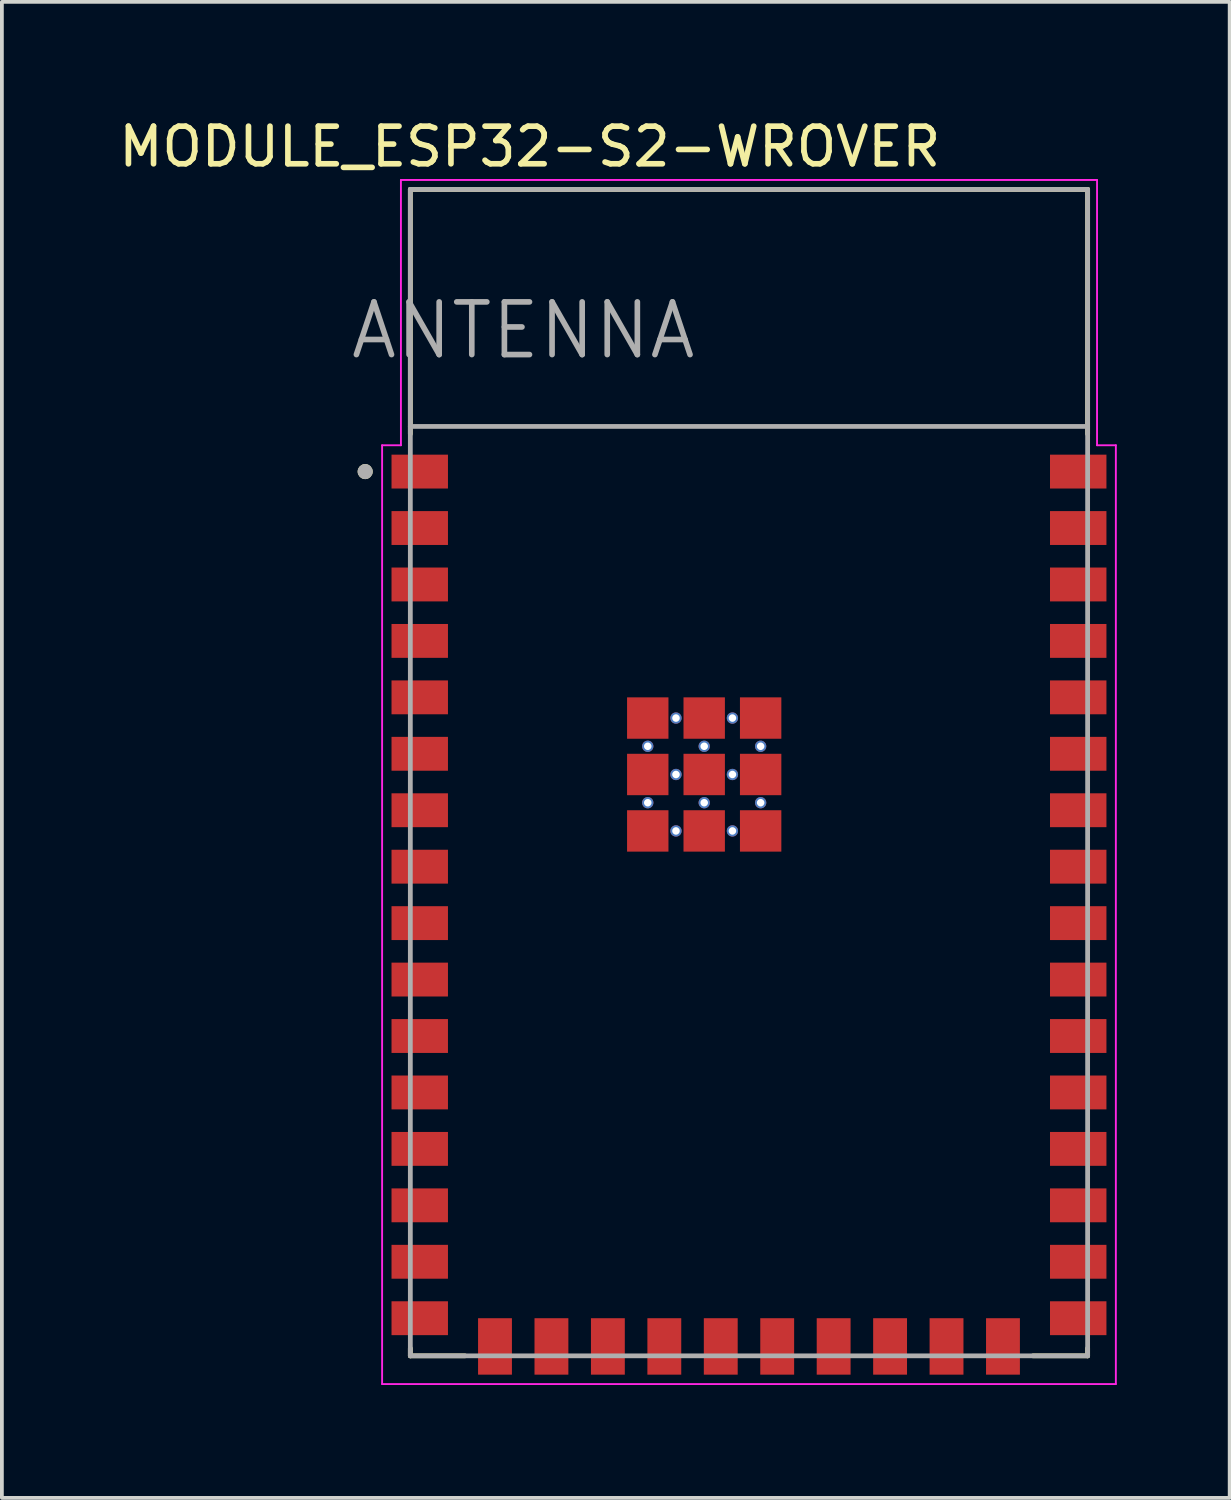
<source format=kicad_pcb>
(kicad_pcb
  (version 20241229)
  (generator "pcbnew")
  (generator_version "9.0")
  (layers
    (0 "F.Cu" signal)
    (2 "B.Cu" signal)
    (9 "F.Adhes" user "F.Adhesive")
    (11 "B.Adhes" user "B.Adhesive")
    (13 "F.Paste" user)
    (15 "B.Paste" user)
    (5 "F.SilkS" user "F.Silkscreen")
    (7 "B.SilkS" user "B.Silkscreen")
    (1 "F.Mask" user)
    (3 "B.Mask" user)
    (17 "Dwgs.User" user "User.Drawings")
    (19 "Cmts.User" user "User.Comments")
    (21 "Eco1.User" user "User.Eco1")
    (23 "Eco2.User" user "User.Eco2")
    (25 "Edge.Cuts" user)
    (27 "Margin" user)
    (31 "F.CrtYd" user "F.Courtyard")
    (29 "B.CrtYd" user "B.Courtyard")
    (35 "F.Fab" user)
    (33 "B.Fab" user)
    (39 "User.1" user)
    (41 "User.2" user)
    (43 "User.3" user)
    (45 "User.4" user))
  (footprint "MODULE_ESP32-S2-WROVER"
    (layer "F.Cu")
    (at 16.855 17.483)
    (property "Reference" "MODULE_ESP32-S2-WROVER" (at -5.825 -16.635 0) (layer "F.SilkS") (effects (font (size 1 1) (thickness 0.15))))
    (attr smd)
    (fp_line (start -9 -15.5) (end 9 -15.5) (stroke (width 0.127) (type solid)) (layer "F.SilkS"))
    (fp_line (start -9 -9) (end -9 -15.5) (stroke (width 0.127) (type solid)) (layer "F.SilkS"))
    (fp_line (start -9 15.3) (end -9 15.5) (stroke (width 0.127) (type solid)) (layer "F.SilkS"))
    (fp_line (start -9 15.5) (end -7.55 15.5) (stroke (width 0.127) (type solid)) (layer "F.SilkS"))
    (fp_line (start 7.55 15.5) (end 9 15.5) (stroke (width 0.127) (type solid)) (layer "F.SilkS"))
    (fp_line (start 9 -15.5) (end 9 -9) (stroke (width 0.127) (type solid)) (layer "F.SilkS"))
    (fp_line (start 9 15.5) (end 9 15.3) (stroke (width 0.127) (type solid)) (layer "F.SilkS"))
    (fp_circle (center -10.2 -8) (end -10.1 -8) (stroke (width 0.2) (type solid)) (fill no) (layer "F.SilkS"))
    (fp_line (start -9.75 -8.7) (end -9.25 -8.7) (stroke (width 0.05) (type solid)) (layer "F.CrtYd"))
    (fp_line (start -9.75 16.25) (end -9.75 -8.7) (stroke (width 0.05) (type solid)) (layer "F.CrtYd"))
    (fp_line (start -9.25 -15.75) (end 9.25 -15.75) (stroke (width 0.05) (type solid)) (layer "F.CrtYd"))
    (fp_line (start -9.25 -8.7) (end -9.25 -15.75) (stroke (width 0.05) (type solid)) (layer "F.CrtYd"))
    (fp_line (start 9.25 -15.75) (end 9.25 -8.7) (stroke (width 0.05) (type solid)) (layer "F.CrtYd"))
    (fp_line (start 9.25 -8.7) (end 9.75 -8.7) (stroke (width 0.05) (type solid)) (layer "F.CrtYd"))
    (fp_line (start 9.75 -8.7) (end 9.75 16.25) (stroke (width 0.05) (type solid)) (layer "F.CrtYd"))
    (fp_line (start 9.75 16.25) (end -9.75 16.25) (stroke (width 0.05) (type solid)) (layer "F.CrtYd"))
    (fp_line (start -9 -15.5) (end -9 -9.2) (stroke (width 0.127) (type solid)) (layer "F.Fab"))
    (fp_line (start -9 -15.5) (end 9 -15.5) (stroke (width 0.127) (type solid)) (layer "F.Fab"))
    (fp_line (start -9 -9.2) (end 9 -9.2) (stroke (width 0.127) (type solid)) (layer "F.Fab"))
    (fp_line (start -9 15.5) (end -9 -9.2) (stroke (width 0.127) (type solid)) (layer "F.Fab"))
    (fp_line (start 9 -15.5) (end 9 -9.2) (stroke (width 0.127) (type solid)) (layer "F.Fab"))
    (fp_line (start 9 -9.2) (end 9 15.5) (stroke (width 0.127) (type solid)) (layer "F.Fab"))
    (fp_line (start 9 15.5) (end -9 15.5) (stroke (width 0.127) (type solid)) (layer "F.Fab"))
    (fp_circle (center -10.2 -8) (end -10.1 -8) (stroke (width 0.2) (type solid)) (fill no) (layer "F.Fab"))
    (fp_text user "ANTENNA" (at -6 -11.75 0) (layer "F.Fab") (effects (font (size 1.4 1.4) (thickness 0.15))))
    (pad "1" smd rect (at -8.75 -8) (size 1.5 0.9) (layers "F.Cu" "F.Mask" "F.Paste"))
    (pad "2" smd rect (at -8.75 -6.5) (size 1.5 0.9) (layers "F.Cu" "F.Mask" "F.Paste"))
    (pad "3" smd rect (at -8.75 -5) (size 1.5 0.9) (layers "F.Cu" "F.Mask" "F.Paste"))
    (pad "4" smd rect (at -8.75 -3.5) (size 1.5 0.9) (layers "F.Cu" "F.Mask" "F.Paste"))
    (pad "5" smd rect (at -8.75 -2) (size 1.5 0.9) (layers "F.Cu" "F.Mask" "F.Paste"))
    (pad "6" smd rect (at -8.75 -0.5) (size 1.5 0.9) (layers "F.Cu" "F.Mask" "F.Paste"))
    (pad "7" smd rect (at -8.75 1) (size 1.5 0.9) (layers "F.Cu" "F.Mask" "F.Paste"))
    (pad "8" smd rect (at -8.75 2.5) (size 1.5 0.9) (layers "F.Cu" "F.Mask" "F.Paste"))
    (pad "9" smd rect (at -8.75 4) (size 1.5 0.9) (layers "F.Cu" "F.Mask" "F.Paste"))
    (pad "10" smd rect (at -8.75 5.5) (size 1.5 0.9) (layers "F.Cu" "F.Mask" "F.Paste"))
    (pad "11" smd rect (at -8.75 7) (size 1.5 0.9) (layers "F.Cu" "F.Mask" "F.Paste"))
    (pad "12" smd rect (at -8.75 8.5) (size 1.5 0.9) (layers "F.Cu" "F.Mask" "F.Paste"))
    (pad "13" smd rect (at -8.75 10) (size 1.5 0.9) (layers "F.Cu" "F.Mask" "F.Paste"))
    (pad "14" smd rect (at -8.75 11.5) (size 1.5 0.9) (layers "F.Cu" "F.Mask" "F.Paste"))
    (pad "15" smd rect (at -8.75 13) (size 1.5 0.9) (layers "F.Cu" "F.Mask" "F.Paste"))
    (pad "16" smd rect (at -8.75 14.5) (size 1.5 0.9) (layers "F.Cu" "F.Mask" "F.Paste"))
    (pad "17" smd rect (at -6.75 15.25) (size 0.9 1.5) (layers "F.Cu" "F.Mask" "F.Paste"))
    (pad "18" smd rect (at -5.25 15.25) (size 0.9 1.5) (layers "F.Cu" "F.Mask" "F.Paste"))
    (pad "19" smd rect (at -3.75 15.25) (size 0.9 1.5) (layers "F.Cu" "F.Mask" "F.Paste"))
    (pad "20" smd rect (at -2.25 15.25) (size 0.9 1.5) (layers "F.Cu" "F.Mask" "F.Paste"))
    (pad "21" smd rect (at -0.75 15.25) (size 0.9 1.5) (layers "F.Cu" "F.Mask" "F.Paste"))
    (pad "22" smd rect (at 0.75 15.25) (size 0.9 1.5) (layers "F.Cu" "F.Mask" "F.Paste"))
    (pad "23" smd rect (at 2.25 15.25) (size 0.9 1.5) (layers "F.Cu" "F.Mask" "F.Paste"))
    (pad "24" smd rect (at 3.75 15.25) (size 0.9 1.5) (layers "F.Cu" "F.Mask" "F.Paste"))
    (pad "25" smd rect (at 5.25 15.25) (size 0.9 1.5) (layers "F.Cu" "F.Mask" "F.Paste"))
    (pad "26" smd rect (at 6.75 15.25) (size 0.9 1.5) (layers "F.Cu" "F.Mask" "F.Paste"))
    (pad "27" smd rect (at 8.75 14.5) (size 1.5 0.9) (layers "F.Cu" "F.Mask" "F.Paste"))
    (pad "28" smd rect (at 8.75 13) (size 1.5 0.9) (layers "F.Cu" "F.Mask" "F.Paste"))
    (pad "29" smd rect (at 8.75 11.5) (size 1.5 0.9) (layers "F.Cu" "F.Mask" "F.Paste"))
    (pad "30" smd rect (at 8.75 10) (size 1.5 0.9) (layers "F.Cu" "F.Mask" "F.Paste"))
    (pad "31" smd rect (at 8.75 8.5) (size 1.5 0.9) (layers "F.Cu" "F.Mask" "F.Paste"))
    (pad "32" smd rect (at 8.75 7) (size 1.5 0.9) (layers "F.Cu" "F.Mask" "F.Paste"))
    (pad "33" smd rect (at 8.75 5.5) (size 1.5 0.9) (layers "F.Cu" "F.Mask" "F.Paste"))
    (pad "34" smd rect (at 8.75 4) (size 1.5 0.9) (layers "F.Cu" "F.Mask" "F.Paste"))
    (pad "35" smd rect (at 8.75 2.5) (size 1.5 0.9) (layers "F.Cu" "F.Mask" "F.Paste"))
    (pad "36" smd rect (at 8.75 1) (size 1.5 0.9) (layers "F.Cu" "F.Mask" "F.Paste"))
    (pad "37" smd rect (at 8.75 -0.5) (size 1.5 0.9) (layers "F.Cu" "F.Mask" "F.Paste"))
    (pad "38" smd rect (at 8.75 -2) (size 1.5 0.9) (layers "F.Cu" "F.Mask" "F.Paste"))
    (pad "39" smd rect (at 8.75 -3.5) (size 1.5 0.9) (layers "F.Cu" "F.Mask" "F.Paste"))
    (pad "40" smd rect (at 8.75 -5) (size 1.5 0.9) (layers "F.Cu" "F.Mask" "F.Paste"))
    (pad "41" smd rect (at 8.75 -6.5) (size 1.5 0.9) (layers "F.Cu" "F.Mask" "F.Paste"))
    (pad "42" smd rect (at 8.75 -8) (size 1.5 0.9) (layers "F.Cu" "F.Mask" "F.Paste"))
    (pad "43_1" smd rect (at -2.69 -1.45) (size 1.1 1.1) (layers "F.Cu" "F.Mask" "F.Paste"))
    (pad "43_2" smd rect (at -1.19 -1.45) (size 1.1 1.1) (layers "F.Cu" "F.Mask" "F.Paste"))
    (pad "43_3" smd rect (at 0.31 -1.45) (size 1.1 1.1) (layers "F.Cu" "F.Mask" "F.Paste"))
    (pad "43_4" smd rect (at -2.69 0.05) (size 1.1 1.1) (layers "F.Cu" "F.Mask" "F.Paste"))
    (pad "43_5" smd rect (at -1.19 0.05) (size 1.1 1.1) (layers "F.Cu" "F.Mask" "F.Paste"))
    (pad "43_6" smd rect (at 0.31 0.05) (size 1.1 1.1) (layers "F.Cu" "F.Mask" "F.Paste"))
    (pad "43_7" smd rect (at -2.69 1.55) (size 1.1 1.1) (layers "F.Cu" "F.Mask" "F.Paste"))
    (pad "43_8" smd rect (at -1.19 1.55) (size 1.1 1.1) (layers "F.Cu" "F.Mask" "F.Paste"))
    (pad "43_9" smd rect (at 0.31 1.55) (size 1.1 1.1) (layers "F.Cu" "F.Mask" "F.Paste"))
    (pad "43_10" thru_hole circle (at -1.94 -1.45) (size 0.3 0.3) (drill 0.2) (layers "*.Cu" "*.Mask"))
    (pad "43_11" thru_hole circle (at -0.44 -1.45) (size 0.3 0.3) (drill 0.2) (layers "*.Cu" "*.Mask"))
    (pad "43_12" thru_hole circle (at -2.69 -0.7) (size 0.3 0.3) (drill 0.2) (layers "*.Cu" "*.Mask"))
    (pad "43_13" thru_hole circle (at -1.19 -0.7) (size 0.3 0.3) (drill 0.2) (layers "*.Cu" "*.Mask"))
    (pad "43_14" thru_hole circle (at 0.31 -0.7) (size 0.3 0.3) (drill 0.2) (layers "*.Cu" "*.Mask"))
    (pad "43_15" thru_hole circle (at -1.94 0.05) (size 0.3 0.3) (drill 0.2) (layers "*.Cu" "*.Mask"))
    (pad "43_16" thru_hole circle (at -0.44 0.05) (size 0.3 0.3) (drill 0.2) (layers "*.Cu" "*.Mask"))
    (pad "43_17" thru_hole circle (at -2.69 0.8) (size 0.3 0.3) (drill 0.2) (layers "*.Cu" "*.Mask"))
    (pad "43_18" thru_hole circle (at -1.19 0.8) (size 0.3 0.3) (drill 0.2) (layers "*.Cu" "*.Mask"))
    (pad "43_19" thru_hole circle (at 0.31 0.8) (size 0.3 0.3) (drill 0.2) (layers "*.Cu" "*.Mask"))
    (pad "43_20" thru_hole circle (at -1.94 1.55) (size 0.3 0.3) (drill 0.2) (layers "*.Cu" "*.Mask"))
    (pad "43_21" thru_hole circle (at -0.44 1.55) (size 0.3 0.3) (drill 0.2) (layers "*.Cu" "*.Mask"))
    (zone (net_name "") (layer "F.Cu") (hatch full 0.508) (connect_pads) (min_thickness 0.01) (filled_areas_thickness no) (keepout (tracks not_allowed) (vias not_allowed) (pads not_allowed) (copperpour not_allowed) (footprints allowed)) (placement (enabled no)) (fill) (polygon (pts (xy 9.78 15.483) (xy 13.605 15.483) (xy 13.605 19.583) (xy 17.73 19.583) (xy 17.73 13.483) (xy 11.48 13.483) (xy 11.48 9.033) (xy 7.855 9.033) (xy 7.855 1.983) (xy 25.855 1.983) (xy 25.855 9.033) (xy 24.855 9.033) (xy 24.855 32.433) (xy 25.855 32.433) (xy 25.855 32.983) (xy 24.055 32.983) (xy 24.055 31.983) (xy 9.655 31.983) (xy 9.655 32.983) (xy 7.855 32.983) (xy 7.855 32.433) (xy 8.855 32.433) (xy 8.855 10.533) (xy 9.78 10.533))))
    (zone (net_name "") (layers "F.Cu" "B.Cu") (hatch full 0.508) (connect_pads) (min_thickness 0.01) (filled_areas_thickness no) (keepout (tracks allowed) (vias not_allowed) (pads allowed) (copperpour allowed) (footprints allowed)) (placement (enabled no)) (fill) (polygon (pts (xy 9.78 15.483) (xy 13.605 15.483) (xy 13.605 19.583) (xy 17.73 19.583) (xy 17.73 13.483) (xy 11.48 13.483) (xy 11.48 9.033) (xy 7.855 9.033) (xy 7.855 1.983) (xy 25.855 1.983) (xy 25.855 9.033) (xy 24.855 9.033) (xy 24.855 32.433) (xy 25.855 32.433) (xy 25.855 32.983) (xy 24.055 32.983) (xy 24.055 31.983) (xy 9.655 31.983) (xy 9.655 32.983) (xy 7.855 32.983) (xy 7.855 32.433) (xy 8.855 32.433) (xy 8.855 10.533) (xy 9.78 10.533)))))
  (gr_rect
    (start -3 -3)
    (end 29.63 36.758)
    (stroke (width 0.1) (type default))
    (fill no)
    (layer "Edge.Cuts")))
</source>
